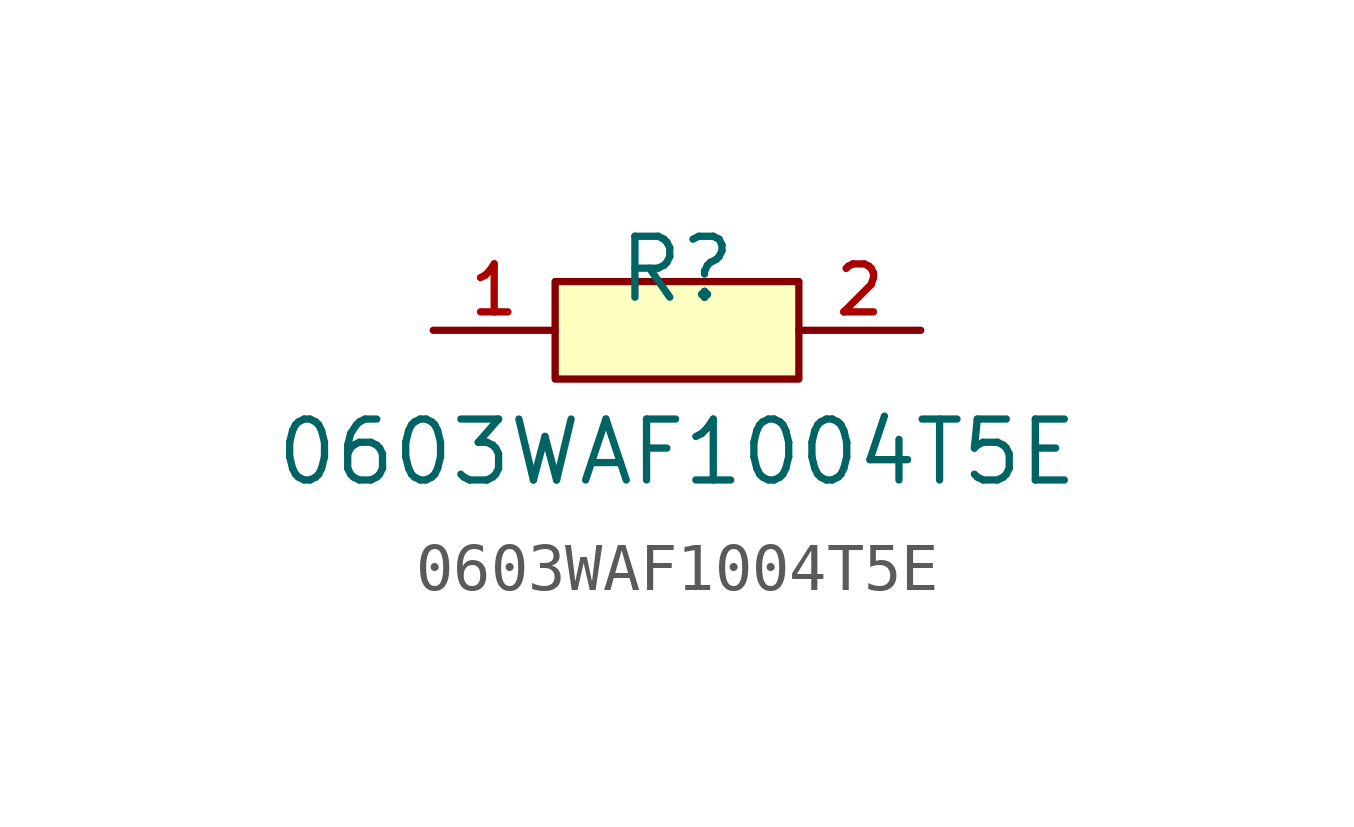
<source format=kicad_sym>
(kicad_symbol_lib
  (version 20210201)
  (generator TousstNicolas/JLC2KiCad_lib)
  (symbol "0603WAF1004T5E"
    (pin_names hide)
    (property "Reference" "R"
      (at 0 1.27 0)
      (effects (font (size 1.27 1.27))))
    (property "Value" "0603WAF1004T5E"
      (at 0 -2.54 0)
      (effects (font (size 1.27 1.27))))
    (symbol "0603WAF1004T5E_0_1"
      (pin input line (at 5.08 -0.0 180) (length 2.54) (name "2" (effects (font (size 1 1)))) (number "2" (effects (font (size 1 1)))))
      (pin input line (at -5.08 -0.0 0) (length 2.54) (name "1" (effects (font (size 1 1)))) (number "1" (effects (font (size 1 1)))))
      (rectangle (start -2.54 1.016) (end 2.54 -1.016) (stroke (width 0) (type default) (color 0 0 0 0)) (fill (type background))))))
</source>
